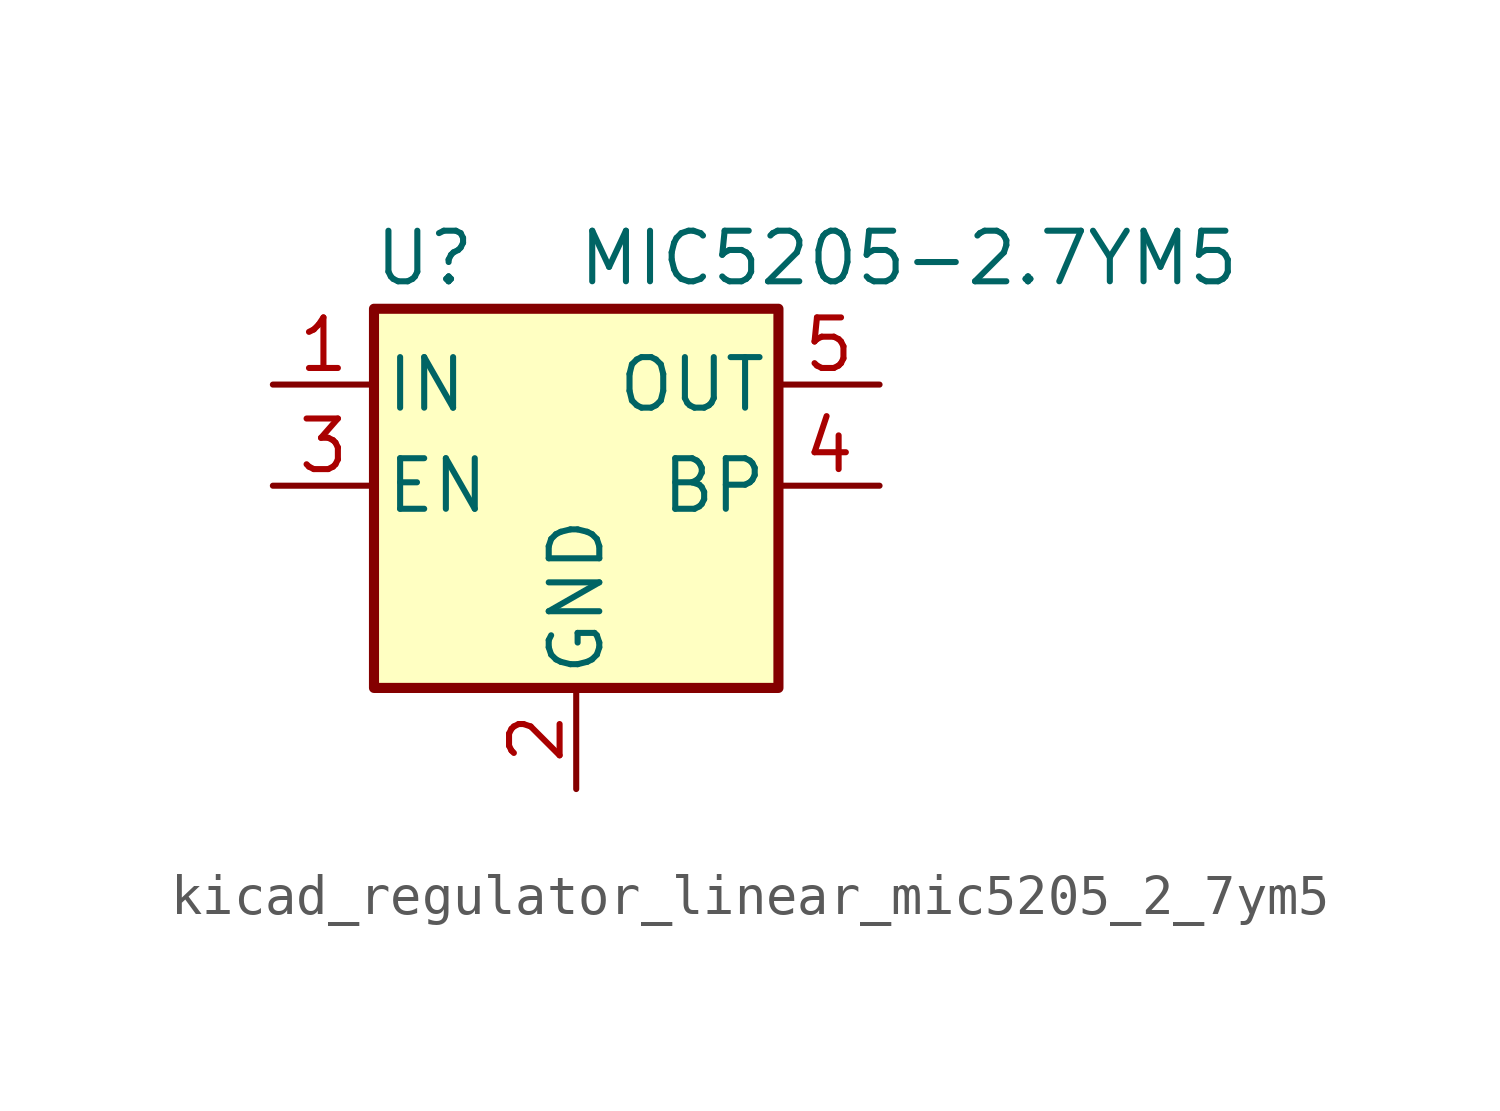
<source format=kicad_sym>
(kicad_symbol_lib
  (version 20220914)
  (generator kicad_symbol_editor)
  (symbol "kicad_regulator_linear_mic5205_2_7ym5"
    (pin_names
      (offset 0.254))
    (property "Reference" "U"
      (at -3.81 5.715 0)
      (effects (font (size 1.27 1.27))))
    (property "Value" "MIC5205-2.7YM5"
      (at 0 5.715 0)
      (effects (font (size 1.27 1.27)) (justify left)))
    (symbol "kicad_regulator_linear_mic5205_2_7ym5_0_1"
      (rectangle (start -5.08 4.445) (end 5.08 -5.08) (stroke (width 0.254) (type default)) (fill (type background))))
    (symbol "kicad_regulator_linear_mic5205_2_7ym5_1_1"
      (pin power_in line (at -7.62 2.54 0) (length 2.54) (name "IN" (effects (font (size 1.27 1.27)))) (number "1" (effects (font (size 1.27 1.27)))))
      (pin power_in line (at 0 -7.62 90) (length 2.54) (name "GND" (effects (font (size 1.27 1.27)))) (number "2" (effects (font (size 1.27 1.27)))))
      (pin input line (at -7.62 0 0) (length 2.54) (name "EN" (effects (font (size 1.27 1.27)))) (number "3" (effects (font (size 1.27 1.27)))))
      (pin input line (at 7.62 0 180) (length 2.54) (name "BP" (effects (font (size 1.27 1.27)))) (number "4" (effects (font (size 1.27 1.27)))))
      (pin power_out line (at 7.62 2.54 180) (length 2.54) (name "OUT" (effects (font (size 1.27 1.27)))) (number "5" (effects (font (size 1.27 1.27))))))))
</source>
